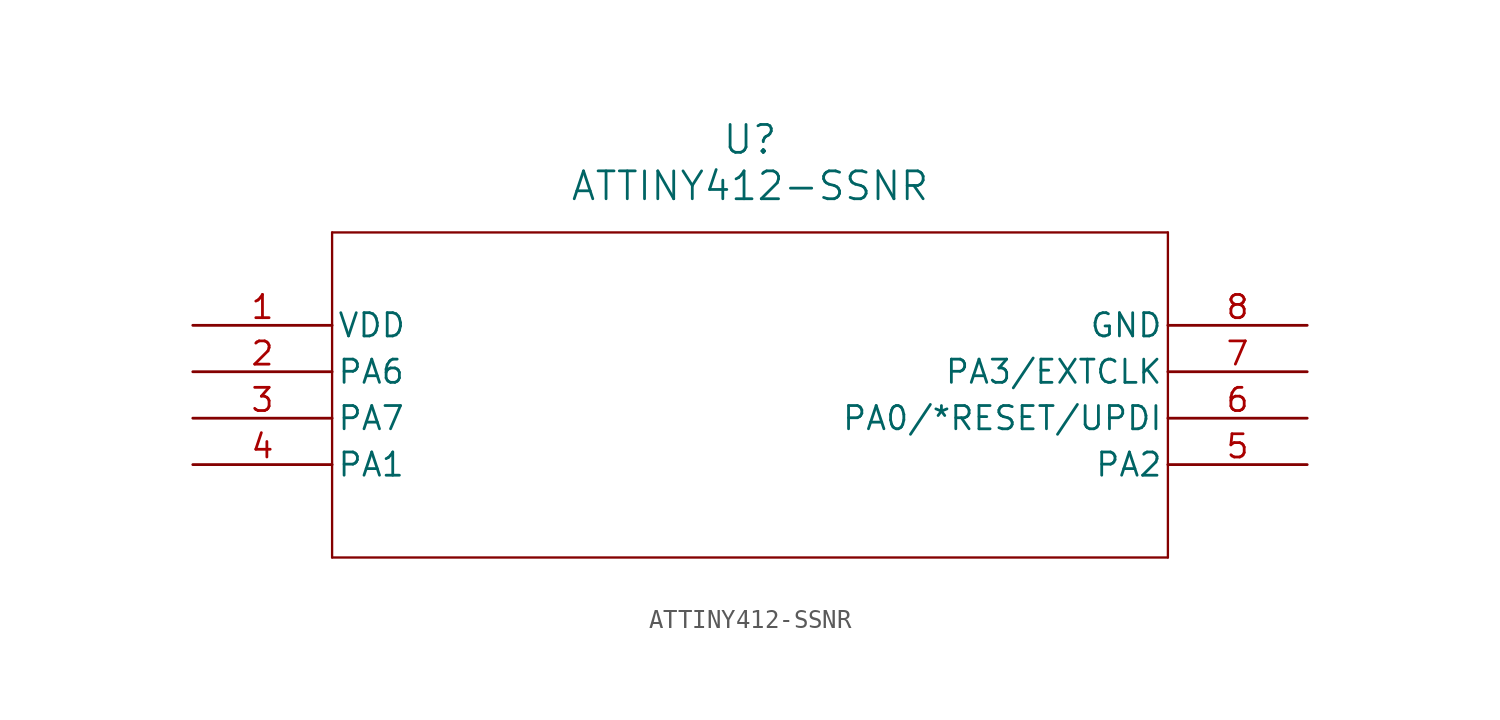
<source format=kicad_sym>
(kicad_symbol_lib
  (version 20220914)
  (generator kicad_symbol_editor)
  (symbol "ATTINY412-SSNR"
    (pin_names
      (offset 0.254))
    (property "Reference" "U"
      (at 30.48 10.16 0)
      (effects (font (size 1.524 1.524))))
    (property "Value" "ATTINY412-SSNR"
      (at 30.48 7.62 0)
      (effects (font (size 1.524 1.524))))
    (symbol "ATTINY412-SSNR_0_1"
      (polyline (pts (xy 7.62 -12.7) (xy 53.34 -12.7)) (stroke (width 0.127) (type default)) (fill (type none)))
      (polyline (pts (xy 7.62 5.08) (xy 7.62 -12.7)) (stroke (width 0.127) (type default)) (fill (type none)))
      (polyline (pts (xy 53.34 -12.7) (xy 53.34 5.08)) (stroke (width 0.127) (type default)) (fill (type none)))
      (polyline (pts (xy 53.34 5.08) (xy 7.62 5.08)) (stroke (width 0.127) (type default)) (fill (type none)))
      (pin power_in line (at 0 0 0) (length 7.62) (name "VDD" (effects (font (size 1.27 1.27)))) (number "1" (effects (font (size 1.27 1.27)))))
      (pin bidirectional line (at 0 -2.54 0) (length 7.62) (name "PA6" (effects (font (size 1.27 1.27)))) (number "2" (effects (font (size 1.27 1.27)))))
      (pin bidirectional line (at 0 -5.08 0) (length 7.62) (name "PA7" (effects (font (size 1.27 1.27)))) (number "3" (effects (font (size 1.27 1.27)))))
      (pin bidirectional line (at 0 -7.62 0) (length 7.62) (name "PA1" (effects (font (size 1.27 1.27)))) (number "4" (effects (font (size 1.27 1.27)))))
      (pin bidirectional line (at 60.96 -7.62 180) (length 7.62) (name "PA2" (effects (font (size 1.27 1.27)))) (number "5" (effects (font (size 1.27 1.27)))))
      (pin bidirectional line (at 60.96 -5.08 180) (length 7.62) (name "PA0/*RESET/UPDI" (effects (font (size 1.27 1.27)))) (number "6" (effects (font (size 1.27 1.27)))))
      (pin bidirectional line (at 60.96 -2.54 180) (length 7.62) (name "PA3/EXTCLK" (effects (font (size 1.27 1.27)))) (number "7" (effects (font (size 1.27 1.27)))))
      (pin power_out line (at 60.96 0 180) (length 7.62) (name "GND" (effects (font (size 1.27 1.27)))) (number "8" (effects (font (size 1.27 1.27))))))))
</source>
